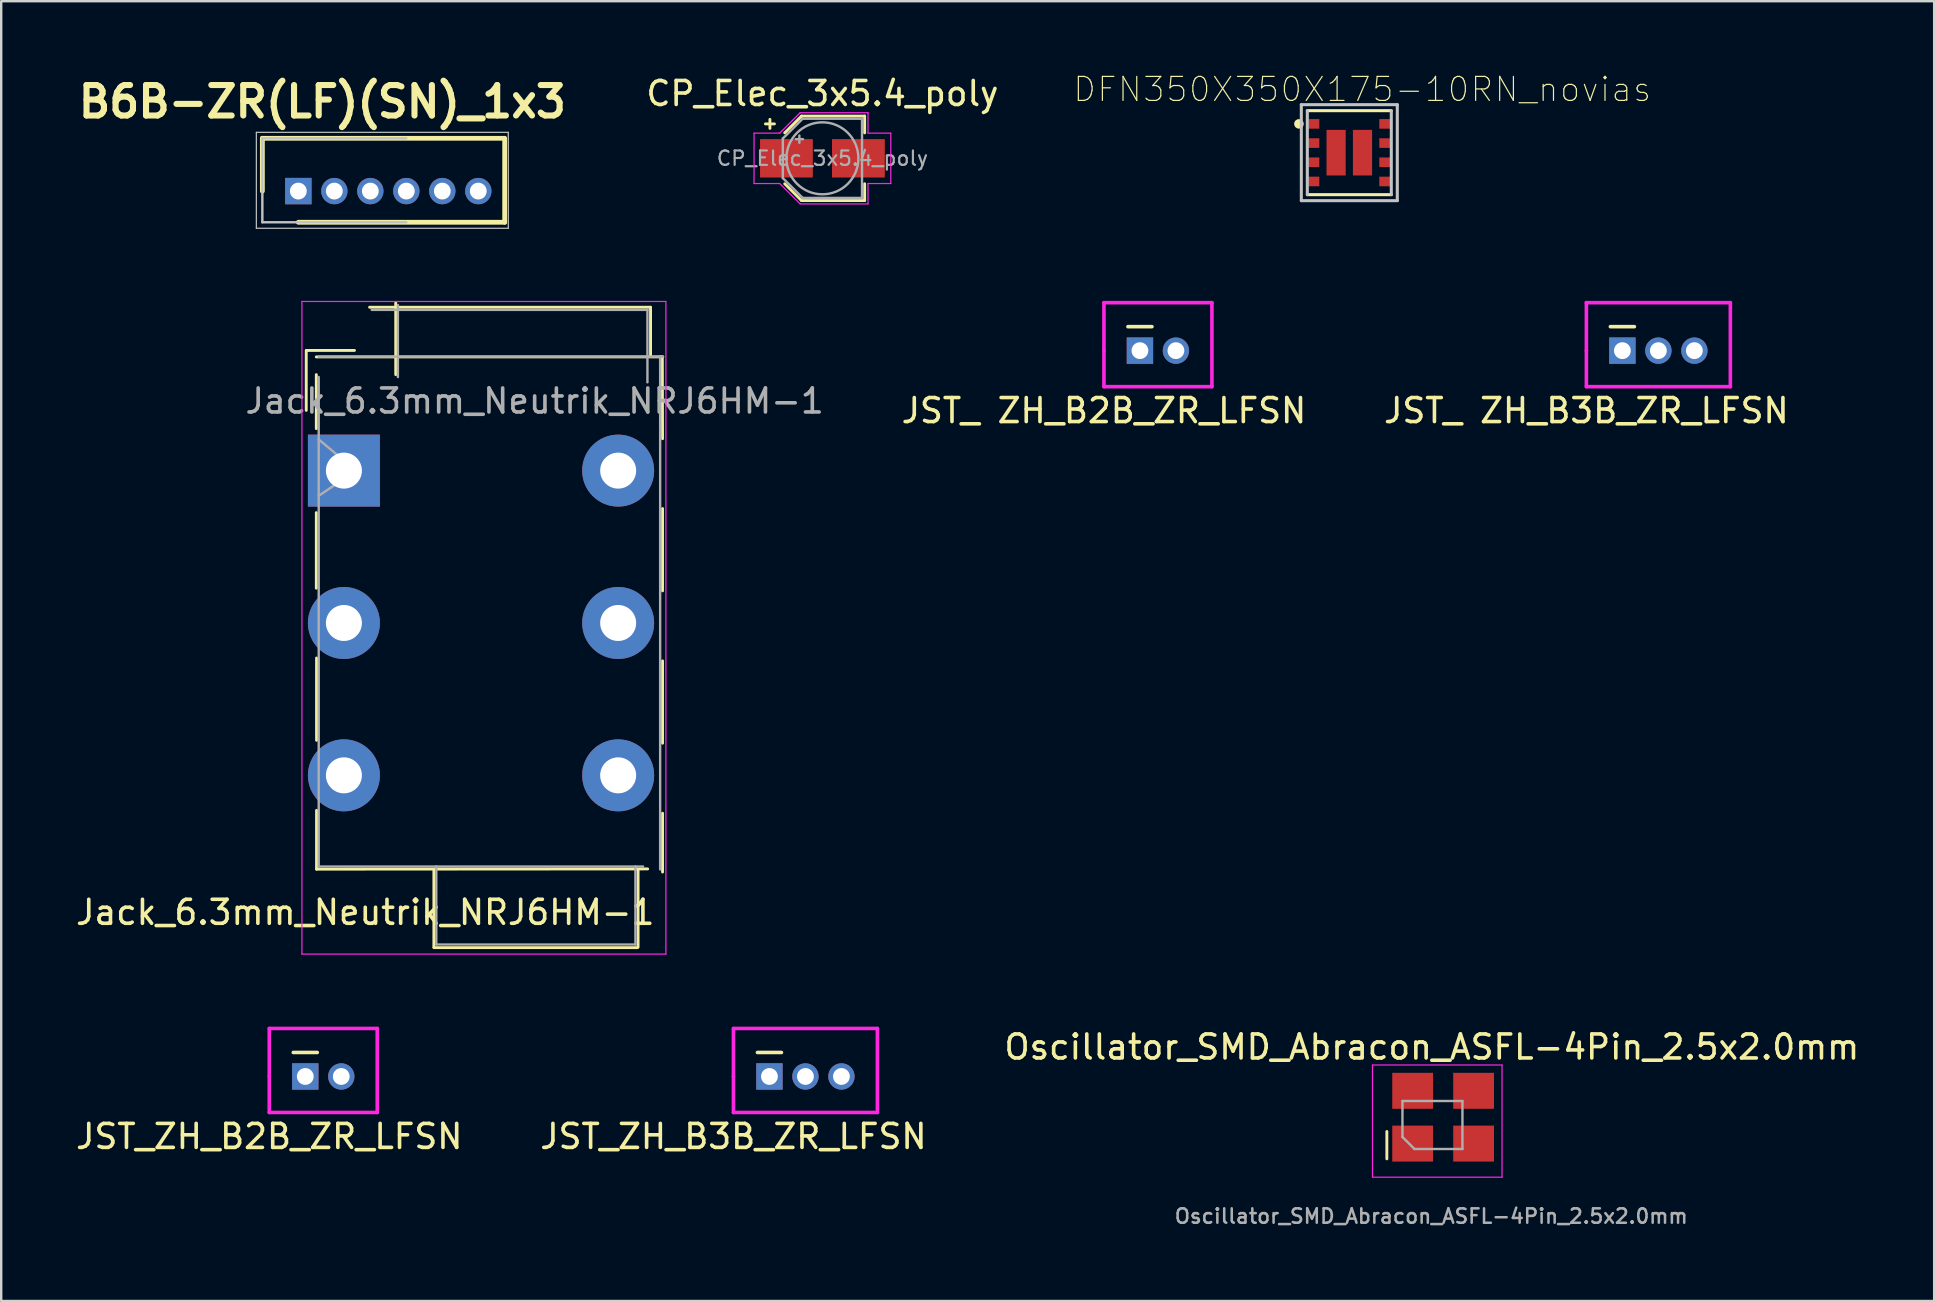
<source format=kicad_pcb>
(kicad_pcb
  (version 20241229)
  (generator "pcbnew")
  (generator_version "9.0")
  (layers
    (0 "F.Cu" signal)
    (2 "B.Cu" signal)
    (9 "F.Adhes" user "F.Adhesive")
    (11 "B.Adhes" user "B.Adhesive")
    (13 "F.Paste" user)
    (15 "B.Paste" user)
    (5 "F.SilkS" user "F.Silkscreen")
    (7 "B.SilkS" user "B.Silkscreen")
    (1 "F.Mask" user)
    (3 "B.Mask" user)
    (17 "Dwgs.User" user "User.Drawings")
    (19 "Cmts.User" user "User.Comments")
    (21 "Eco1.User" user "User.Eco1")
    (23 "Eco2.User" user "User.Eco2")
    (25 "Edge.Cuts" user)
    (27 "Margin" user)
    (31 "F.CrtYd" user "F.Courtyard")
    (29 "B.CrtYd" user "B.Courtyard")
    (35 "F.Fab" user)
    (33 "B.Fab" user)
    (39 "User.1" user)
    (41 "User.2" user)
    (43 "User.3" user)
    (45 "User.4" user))
  (footprint "B6B-ZR(LF)(SN)_1x3"
    (layer "F.Cu")
    (at 13.584 4.914)
    (property "Reference" "B6B-ZR(LF)(SN)_1x3" (at -3.2 -3.725 0) (layer "F.SilkS") (effects (font (size 1.27 1.27) (thickness 0.254))))
    (attr through_hole)
    (fp_line (start -5.7 -2.2) (end -5.7 0) (stroke (width 0.2) (type solid)) (layer "F.SilkS"))
    (fp_line (start -4.2 1.3) (end 4.4 1.3) (stroke (width 0.2) (type solid)) (layer "F.SilkS"))
    (fp_line (start 4.375 -2.2) (end -5.7 -2.2) (stroke (width 0.2) (type solid)) (layer "F.SilkS"))
    (fp_line (start 4.4 1.3) (end 4.4 -2.2) (stroke (width 0.2) (type solid)) (layer "F.SilkS"))
    (fp_line (start -5.95 -2.45) (end -5.95 1.55) (stroke (width 0.05) (type solid)) (layer "Dwgs.User"))
    (fp_line (start -5.95 1.55) (end 4.55 1.55) (stroke (width 0.05) (type solid)) (layer "Dwgs.User"))
    (fp_line (start -5.7 -2.2) (end -5.7 1.3) (stroke (width 0.1) (type solid)) (layer "Dwgs.User"))
    (fp_line (start -5.7 1.3) (end 0.3 1.3) (stroke (width 0.1) (type solid)) (layer "Dwgs.User"))
    (fp_line (start 0.3 -2.2) (end -5.7 -2.2) (stroke (width 0.1) (type solid)) (layer "Dwgs.User"))
    (fp_line (start 4.55 -2.45) (end -5.95 -2.45) (stroke (width 0.05) (type solid)) (layer "Dwgs.User"))
    (fp_line (start 4.55 1.55) (end 4.55 -2.45) (stroke (width 0.05) (type solid)) (layer "Dwgs.User"))
    (pad "1" thru_hole rect (at -4.2 0 270) (size 1.1 1.1) (drill 0.7) (layers "*.Cu" "*.Mask"))
    (pad "2" thru_hole circle (at -2.7 0 270) (size 1.1 1.1) (drill 0.7) (layers "*.Cu" "*.Mask"))
    (pad "3" thru_hole circle (at -1.2 0 270) (size 1.1 1.1) (drill 0.7) (layers "*.Cu" "*.Mask"))
    (pad "4" thru_hole circle (at 0.3 0 270) (size 1.1 1.1) (drill 0.7) (layers "*.Cu" "*.Mask"))
    (pad "5" thru_hole circle (at 1.8 0 270) (size 1.1 1.1) (drill 0.7) (layers "*.Cu" "*.Mask"))
    (pad "6" thru_hole circle (at 3.3 0 270) (size 1.1 1.1) (drill 0.7) (layers "*.Cu" "*.Mask")))
  (footprint "CP_Elec_3x5.4_poly"
    (layer "F.Cu")
    (at 31.226 3.548)
    (property "Reference" "CP_Elec_3x5.4_poly" (at 0 -2.7 0) (layer "F.SilkS") (effects (font (size 1 1) (thickness 0.15))))
    (attr smd)
    (fp_line (start -2.375 -1.435) (end -2 -1.435) (stroke (width 0.12) (type solid)) (layer "F.SilkS"))
    (fp_line (start -2.188 -1.623) (end -2.188 -1.248) (stroke (width 0.12) (type solid)) (layer "F.SilkS"))
    (fp_line (start -1.571 -1.06) (end -0.871 -1.76) (stroke (width 0.12) (type solid)) (layer "F.SilkS"))
    (fp_line (start -1.571 1.06) (end -0.871 1.76) (stroke (width 0.12) (type solid)) (layer "F.SilkS"))
    (fp_line (start -0.871 -1.76) (end 1.76 -1.76) (stroke (width 0.12) (type solid)) (layer "F.SilkS"))
    (fp_line (start -0.871 1.76) (end 1.76 1.76) (stroke (width 0.12) (type solid)) (layer "F.SilkS"))
    (fp_line (start 1.76 -1.76) (end 1.76 -1.06) (stroke (width 0.12) (type solid)) (layer "F.SilkS"))
    (fp_line (start 1.76 1.76) (end 1.76 1.06) (stroke (width 0.12) (type solid)) (layer "F.SilkS"))
    (fp_line (start -2.85 -1.05) (end -2.85 1.05) (stroke (width 0.05) (type solid)) (layer "F.CrtYd"))
    (fp_line (start -2.85 1.05) (end -1.78 1.05) (stroke (width 0.05) (type solid)) (layer "F.CrtYd"))
    (fp_line (start -1.78 -1.05) (end -2.85 -1.05) (stroke (width 0.05) (type solid)) (layer "F.CrtYd"))
    (fp_line (start -1.78 -1.05) (end -0.93 -1.9) (stroke (width 0.05) (type solid)) (layer "F.CrtYd"))
    (fp_line (start -1.78 1.05) (end -0.93 1.9) (stroke (width 0.05) (type solid)) (layer "F.CrtYd"))
    (fp_line (start -0.93 -1.9) (end 1.9 -1.9) (stroke (width 0.05) (type solid)) (layer "F.CrtYd"))
    (fp_line (start -0.93 1.9) (end 1.9 1.9) (stroke (width 0.05) (type solid)) (layer "F.CrtYd"))
    (fp_line (start 1.9 -1.9) (end 1.9 -1.05) (stroke (width 0.05) (type solid)) (layer "F.CrtYd"))
    (fp_line (start 1.9 -1.05) (end 2.85 -1.05) (stroke (width 0.05) (type solid)) (layer "F.CrtYd"))
    (fp_line (start 1.9 1.05) (end 1.9 1.9) (stroke (width 0.05) (type solid)) (layer "F.CrtYd"))
    (fp_line (start 2.85 -1.05) (end 2.85 1.05) (stroke (width 0.05) (type solid)) (layer "F.CrtYd"))
    (fp_line (start 2.85 1.05) (end 1.9 1.05) (stroke (width 0.05) (type solid)) (layer "F.CrtYd"))
    (fp_line (start -1.65 -0.825) (end -1.65 0.825) (stroke (width 0.1) (type solid)) (layer "F.Fab"))
    (fp_line (start -1.65 -0.825) (end -0.825 -1.65) (stroke (width 0.1) (type solid)) (layer "F.Fab"))
    (fp_line (start -1.65 0.825) (end -0.825 1.65) (stroke (width 0.1) (type solid)) (layer "F.Fab"))
    (fp_line (start -1.11 -0.8) (end -0.81 -0.8) (stroke (width 0.1) (type solid)) (layer "F.Fab"))
    (fp_line (start -0.96 -0.95) (end -0.96 -0.65) (stroke (width 0.1) (type solid)) (layer "F.Fab"))
    (fp_line (start -0.825 -1.65) (end 1.65 -1.65) (stroke (width 0.1) (type solid)) (layer "F.Fab"))
    (fp_line (start -0.825 1.65) (end 1.65 1.65) (stroke (width 0.1) (type solid)) (layer "F.Fab"))
    (fp_line (start 1.65 -1.65) (end 1.65 1.65) (stroke (width 0.1) (type solid)) (layer "F.Fab"))
    (fp_circle (center 0 0) (end 1.5 0) (stroke (width 0.1) (type solid)) (fill no) (layer "F.Fab"))
    (fp_text user "${REFERENCE}" (at 0 0 0) (layer "F.Fab") (effects (font (size 0.6 0.6) (thickness 0.09))))
    (pad "1" smd rect (at -1.5 0) (size 2.2 1.6) (layers "F.Cu" "F.Mask" "F.Paste"))
    (pad "2" smd rect (at 1.5 0) (size 2.2 1.6) (layers "F.Cu" "F.Mask" "F.Paste")))
  (footprint "Jack_6.3mm_Neutrik_NRJ6HM-1"
    (layer "F.Cu")
    (at 11.283 16.564)
    (property "Reference" "Jack_6.3mm_Neutrik_NRJ6HM-1" (at 0.89 18.41 0) (layer "F.SilkS") (effects (font (size 1 1) (thickness 0.15))))
    (attr through_hole)
    (fp_line (start -1.57 -5.01) (end -1.57 -2.51) (stroke (width 0.12) (type solid)) (layer "F.SilkS"))
    (fp_line (start -1.15 -4.74) (end 13.29 -4.74) (stroke (width 0.12) (type solid)) (layer "F.SilkS"))
    (fp_line (start -1.15 -1.75) (end -1.15 -4) (stroke (width 0.12) (type solid)) (layer "F.SilkS"))
    (fp_line (start -1.15 4.9) (end -1.15 1.75) (stroke (width 0.12) (type solid)) (layer "F.SilkS"))
    (fp_line (start -1.14 11.24) (end -1.14 7.81) (stroke (width 0.12) (type solid)) (layer "F.SilkS"))
    (fp_line (start -1.14 16.61) (end -1.14 14.16) (stroke (width 0.12) (type solid)) (layer "F.SilkS"))
    (fp_line (start -1.14 16.61) (end 12.66 16.6) (stroke (width 0.12) (type solid)) (layer "F.SilkS"))
    (fp_line (start 0.44 -5.01) (end -1.56 -5.01) (stroke (width 0.12) (type solid)) (layer "F.SilkS"))
    (fp_line (start 1.07 -6.81) (end 12.77 -6.81) (stroke (width 0.12) (type solid)) (layer "F.SilkS"))
    (fp_line (start 2.16 -7) (end 2.16 -4) (stroke (width 0.12) (type solid)) (layer "F.SilkS"))
    (fp_line (start 3.75 16.64) (end 3.75 19.86) (stroke (width 0.12) (type solid)) (layer "F.SilkS"))
    (fp_line (start 3.75 19.88) (end 12.23 19.88) (stroke (width 0.12) (type solid)) (layer "F.SilkS"))
    (fp_line (start 12.26 16.64) (end 12.26 19.86) (stroke (width 0.12) (type solid)) (layer "F.SilkS"))
    (fp_line (start 12.78 -6.81) (end 12.78 -4.76) (stroke (width 0.12) (type solid)) (layer "F.SilkS"))
    (fp_line (start 13.27 -4.74) (end 13.28 -1.33) (stroke (width 0.12) (type solid)) (layer "F.SilkS"))
    (fp_line (start 13.28 1.58) (end 13.28 5.01) (stroke (width 0.12) (type solid)) (layer "F.SilkS"))
    (fp_line (start 13.28 7.93) (end 13.28 11.36) (stroke (width 0.12) (type solid)) (layer "F.SilkS"))
    (fp_line (start 13.28 16.73) (end 13.28 14.28) (stroke (width 0.12) (type solid)) (layer "F.SilkS"))
    (fp_line (start -1.75 -7.05) (end -1.75 20.15) (stroke (width 0.05) (type solid)) (layer "F.CrtYd"))
    (fp_line (start -1.75 -7.05) (end 13.41 -7.05) (stroke (width 0.05) (type solid)) (layer "F.CrtYd"))
    (fp_line (start -1.75 20.15) (end 13.42 20.15) (stroke (width 0.05) (type solid)) (layer "F.CrtYd"))
    (fp_line (start 13.42 20.15) (end 13.42 -7.05) (stroke (width 0.05) (type solid)) (layer "F.CrtYd"))
    (fp_line (start -1.05 -4.75) (end 13.3 -4.75) (stroke (width 0.1) (type solid)) (layer "F.Fab"))
    (fp_line (start -1.05 -1.3) (end 0.5 0) (stroke (width 0.1) (type solid)) (layer "F.Fab"))
    (fp_line (start -1.05 16.5) (end -1.05 -3.9) (stroke (width 0.1) (type solid)) (layer "F.Fab"))
    (fp_line (start 0.5 0) (end -1.05 1.05) (stroke (width 0.1) (type solid)) (layer "F.Fab"))
    (fp_line (start 1.16 -6.7) (end 12.66 -6.7) (stroke (width 0.1) (type solid)) (layer "F.Fab"))
    (fp_line (start 2.25 -3.9) (end 2.25 -6.9) (stroke (width 0.1) (type solid)) (layer "F.Fab"))
    (fp_line (start 3.85 16.5) (end 3.85 19.75) (stroke (width 0.1) (type solid)) (layer "F.Fab"))
    (fp_line (start 3.85 19.75) (end 12.15 19.75) (stroke (width 0.1) (type solid)) (layer "F.Fab"))
    (fp_line (start 12.15 19.75) (end 12.15 16.5) (stroke (width 0.1) (type solid)) (layer "F.Fab"))
    (fp_line (start 12.47 16.5) (end -1.05 16.5) (stroke (width 0.1) (type solid)) (layer "F.Fab"))
    (fp_line (start 12.65 -6.68) (end 12.65 -3.68) (stroke (width 0.1) (type solid)) (layer "F.Fab"))
    (fp_line (start 13.18 -4.77) (end 13.18 16.62) (stroke (width 0.1) (type solid)) (layer "F.Fab"))
    (fp_text user "${REFERENCE}" (at 7.95 -2.9 0) (layer "F.Fab") (effects (font (size 1 1) (thickness 0.15))))
    (pad "R" thru_hole circle (at 0 6.35 90) (size 3 3) (drill 1.5) (layers "*.Cu" "*.Mask"))
    (pad "RN" thru_hole circle (at 11.43 6.35) (size 3 3) (drill 1.5) (layers "*.Cu" "*.Mask"))
    (pad "S" thru_hole rect (at 0 0) (size 3 3) (drill 1.5) (layers "*.Cu" "*.Mask"))
    (pad "S" thru_hole circle (at 11.43 0) (size 3 3) (drill 1.5) (layers "*.Cu" "*.Mask"))
    (pad "T" thru_hole circle (at 0 12.7 90) (size 3 3) (drill 1.5) (layers "*.Cu" "*.Mask"))
    (pad "TN" thru_hole circle (at 11.43 12.7) (size 3 3) (drill 1.5) (layers "*.Cu" "*.Mask")))
  (footprint "JST_ZH_B2B_ZR_LFSN"
    (layer "F.Cu")
    (at 9.673 41.814)
    (property "Reference" "JST_ZH_B2B_ZR_LFSN" (at -1.5 2.5 0) (layer "F.SilkS") (effects (font (size 1 1) (thickness 0.15))))
    (attr through_hole)
    (fp_line (start -0.5 -1) (end 0.5 -1) (stroke (width 0.15) (type solid)) (layer "F.SilkS"))
    (fp_line (start -1.5 -2) (end 3 -2) (stroke (width 0.15) (type solid)) (layer "F.CrtYd"))
    (fp_line (start -1.5 0) (end -1.5 -2) (stroke (width 0.15) (type solid)) (layer "F.CrtYd"))
    (fp_line (start -1.5 1.5) (end -1.5 0) (stroke (width 0.15) (type solid)) (layer "F.CrtYd"))
    (fp_line (start 3 -2) (end 3 1.5) (stroke (width 0.15) (type solid)) (layer "F.CrtYd"))
    (fp_line (start 3 1.5) (end -1.5 1.5) (stroke (width 0.15) (type solid)) (layer "F.CrtYd"))
    (pad "1" thru_hole rect (at 0 0) (size 1.1 1.1) (drill 0.7) (layers "*.Cu" "*.Mask"))
    (pad "2" thru_hole circle (at 1.5 0) (size 1.1 1.1) (drill 0.7) (layers "*.Cu" "*.Mask")))
  (footprint "JST_ ZH_B2B_ZR_LFSN"
    (layer "F.Cu")
    (at 44.459 11.564)
    (property "Reference" "JST_ ZH_B2B_ZR_LFSN" (at -1.5 2.5 0) (layer "F.SilkS") (effects (font (size 1 1) (thickness 0.15))))
    (attr through_hole)
    (fp_line (start -0.5 -1) (end 0.5 -1) (stroke (width 0.15) (type solid)) (layer "F.SilkS"))
    (fp_line (start -1.5 -2) (end 3 -2) (stroke (width 0.15) (type solid)) (layer "F.CrtYd"))
    (fp_line (start -1.5 0) (end -1.5 -2) (stroke (width 0.15) (type solid)) (layer "F.CrtYd"))
    (fp_line (start -1.5 1.5) (end -1.5 0) (stroke (width 0.15) (type solid)) (layer "F.CrtYd"))
    (fp_line (start 3 -2) (end 3 1.5) (stroke (width 0.15) (type solid)) (layer "F.CrtYd"))
    (fp_line (start 3 1.5) (end -1.5 1.5) (stroke (width 0.15) (type solid)) (layer "F.CrtYd"))
    (pad "1" thru_hole rect (at 0 0) (size 1.1 1.1) (drill 0.7) (layers "*.Cu" "*.Mask"))
    (pad "2" thru_hole circle (at 1.5 0) (size 1.1 1.1) (drill 0.7) (layers "*.Cu" "*.Mask")))
  (footprint "JST_ZH_B3B_ZR_LFSN"
    (layer "F.Cu")
    (at 29.018 41.814)
    (property "Reference" "JST_ZH_B3B_ZR_LFSN" (at -1.5 2.5 0) (layer "F.SilkS") (effects (font (size 1 1) (thickness 0.15))))
    (attr through_hole)
    (fp_line (start -0.5 -1) (end 0.5 -1) (stroke (width 0.15) (type solid)) (layer "F.SilkS"))
    (fp_line (start -1.5 -2) (end 4.5 -2) (stroke (width 0.15) (type solid)) (layer "F.CrtYd"))
    (fp_line (start -1.5 0) (end -1.5 -2) (stroke (width 0.15) (type solid)) (layer "F.CrtYd"))
    (fp_line (start -1.5 1.5) (end -1.5 0) (stroke (width 0.15) (type solid)) (layer "F.CrtYd"))
    (fp_line (start 4.5 -2) (end 4.5 1.5) (stroke (width 0.15) (type solid)) (layer "F.CrtYd"))
    (fp_line (start 4.5 1.5) (end -1.5 1.5) (stroke (width 0.15) (type solid)) (layer "F.CrtYd"))
    (pad "1" thru_hole rect (at 0 0) (size 1.1 1.1) (drill 0.7) (layers "*.Cu" "*.Mask"))
    (pad "2" thru_hole circle (at 1.5 0) (size 1.1 1.1) (drill 0.7) (layers "*.Cu" "*.Mask"))
    (pad "3" thru_hole circle (at 3 0) (size 1.1 1.1) (drill 0.7) (layers "*.Cu" "*.Mask")))
  (footprint "JST_ ZH_B3B_ZR_LFSN"
    (layer "F.Cu")
    (at 64.566 11.564)
    (property "Reference" "JST_ ZH_B3B_ZR_LFSN" (at -1.5 2.5 0) (layer "F.SilkS") (effects (font (size 1 1) (thickness 0.15))))
    (attr through_hole)
    (fp_line (start -0.5 -1) (end 0.5 -1) (stroke (width 0.15) (type solid)) (layer "F.SilkS"))
    (fp_line (start -1.5 -2) (end 4.5 -2) (stroke (width 0.15) (type solid)) (layer "F.CrtYd"))
    (fp_line (start -1.5 0) (end -1.5 -2) (stroke (width 0.15) (type solid)) (layer "F.CrtYd"))
    (fp_line (start -1.5 1.5) (end -1.5 0) (stroke (width 0.15) (type solid)) (layer "F.CrtYd"))
    (fp_line (start 4.5 -2) (end 4.5 1.5) (stroke (width 0.15) (type solid)) (layer "F.CrtYd"))
    (fp_line (start 4.5 1.5) (end -1.5 1.5) (stroke (width 0.15) (type solid)) (layer "F.CrtYd"))
    (pad "1" thru_hole rect (at 0 0) (size 1.1 1.1) (drill 0.7) (layers "*.Cu" "*.Mask"))
    (pad "2" thru_hole circle (at 1.5 0) (size 1.1 1.1) (drill 0.7) (layers "*.Cu" "*.Mask"))
    (pad "3" thru_hole circle (at 3 0) (size 1.1 1.1) (drill 0.7) (layers "*.Cu" "*.Mask")))
  (footprint "Oscillator_SMD_Abracon_ASFL-4Pin_2.5x2.0mm"
    (layer "F.Cu")
    (at 56.65 43.837)
    (property "Reference" "Oscillator_SMD_Abracon_ASFL-4Pin_2.5x2.0mm" (at -0.025 -3.25 0) (layer "F.SilkS") (effects (font (size 1 1) (thickness 0.15))))
    (attr smd)
    (fp_line (start -1.9 0.27) (end -1.9 1.41) (stroke (width 0.12) (type solid)) (layer "F.SilkS"))
    (fp_line (start -2.5 -2.5) (end -2.5 2.175) (stroke (width 0.05) (type solid)) (layer "F.CrtYd"))
    (fp_line (start -2.5 2.175) (end 2.9 2.175) (stroke (width 0.05) (type solid)) (layer "F.CrtYd"))
    (fp_line (start 2.9 -2.5) (end -2.5 -2.5) (stroke (width 0.05) (type solid)) (layer "F.CrtYd"))
    (fp_line (start 2.9 2.175) (end 2.9 -2.5) (stroke (width 0.05) (type solid)) (layer "F.CrtYd"))
    (fp_line (start -1.25 -1) (end 1.25 -1) (stroke (width 0.1) (type solid)) (layer "F.Fab"))
    (fp_line (start -1.25 0.5) (end -1.25 -1) (stroke (width 0.1) (type solid)) (layer "F.Fab"))
    (fp_line (start -1.25 0.5) (end -0.75 1) (stroke (width 0.1) (type solid)) (layer "F.Fab"))
    (fp_line (start 1.25 -1) (end 1.25 1) (stroke (width 0.1) (type solid)) (layer "F.Fab"))
    (fp_line (start 1.25 1) (end -0.75 1) (stroke (width 0.1) (type solid)) (layer "F.Fab"))
    (fp_text user "${REFERENCE}" (at -0.05 3.8 0) (layer "F.Fab") (effects (font (size 0.6 0.6) (thickness 0.105))))
    (pad "1" smd rect (at -0.825 0.775) (size 1.7 1.5) (layers "F.Cu" "F.Mask" "F.Paste"))
    (pad "2" smd rect (at 1.715 0.775) (size 1.7 1.5) (layers "F.Cu" "F.Mask" "F.Paste"))
    (pad "3" smd rect (at 1.715 -1.425) (size 1.7 1.5) (layers "F.Cu" "F.Mask" "F.Paste"))
    (pad "4" smd rect (at -0.825 -1.425) (size 1.7 1.5) (layers "F.Cu" "F.Mask" "F.Paste")))
  (footprint "DFN350X350X175-10RN_novias"
    (layer "F.Cu")
    (at 53.185 3.313)
    (property "Reference" "DFN350X350X175-10RN_novias" (at 0.541 -2.639 0) (layer "F.SilkS") (effects (font (size 1.002 1.002) (thickness 0.05))))
    (attr smd)
    (fp_line (start -1.75 1.75) (end 1.75 1.75) (stroke (width 0.127) (type solid)) (layer "F.SilkS"))
    (fp_line (start 1.75 -1.75) (end -1.75 -1.75) (stroke (width 0.127) (type solid)) (layer "F.SilkS"))
    (fp_circle (center -2.1 -1.2) (end -2 -1.2) (stroke (width 0.2) (type solid)) (fill no) (layer "F.SilkS"))
    (fp_line (start -2 -2) (end 2 -2) (stroke (width 0.127) (type solid)) (layer "Dwgs.User"))
    (fp_line (start -2 2) (end -2 -2) (stroke (width 0.127) (type solid)) (layer "Dwgs.User"))
    (fp_line (start -1.75 -1.75) (end -1.75 1.75) (stroke (width 0.127) (type solid)) (layer "Dwgs.User"))
    (fp_line (start 1.75 1.75) (end 1.75 -1.75) (stroke (width 0.127) (type solid)) (layer "Dwgs.User"))
    (fp_line (start 2 -2) (end 2 2) (stroke (width 0.127) (type solid)) (layer "Dwgs.User"))
    (fp_line (start 2 2) (end -2 2) (stroke (width 0.127) (type solid)) (layer "Dwgs.User"))
    (pad "1" smd rect (at -1.475 -1.2) (size 0.45 0.4) (layers "F.Cu" "F.Mask" "F.Paste"))
    (pad "2" smd rect (at -1.475 -0.4) (size 0.45 0.4) (layers "F.Cu" "F.Mask" "F.Paste"))
    (pad "3" smd rect (at -1.475 0.4) (size 0.45 0.4) (layers "F.Cu" "F.Mask" "F.Paste"))
    (pad "4" smd rect (at -1.475 1.2) (size 0.45 0.4) (layers "F.Cu" "F.Mask" "F.Paste"))
    (pad "5" smd rect (at 1.475 1.2) (size 0.45 0.4) (layers "F.Cu" "F.Mask" "F.Paste"))
    (pad "6" smd rect (at 1.475 0.4) (size 0.45 0.4) (layers "F.Cu" "F.Mask" "F.Paste"))
    (pad "7" smd rect (at 1.475 -0.4) (size 0.45 0.4) (layers "F.Cu" "F.Mask" "F.Paste"))
    (pad "8" smd rect (at 1.475 -1.2) (size 0.45 0.4) (layers "F.Cu" "F.Mask" "F.Paste"))
    (pad "9" smd rect (at -0.55 0) (size 0.8 1.9) (layers "F.Cu" "F.Mask" "F.Paste"))
    (pad "10" smd rect (at 0.55 0) (size 0.8 1.9) (layers "F.Cu" "F.Mask" "F.Paste")))
  (gr_rect
    (start -3 -3)
    (end 77.56 51.172)
    (stroke (width 0.1) (type default))
    (fill no)
    (layer "Edge.Cuts")))
</source>
